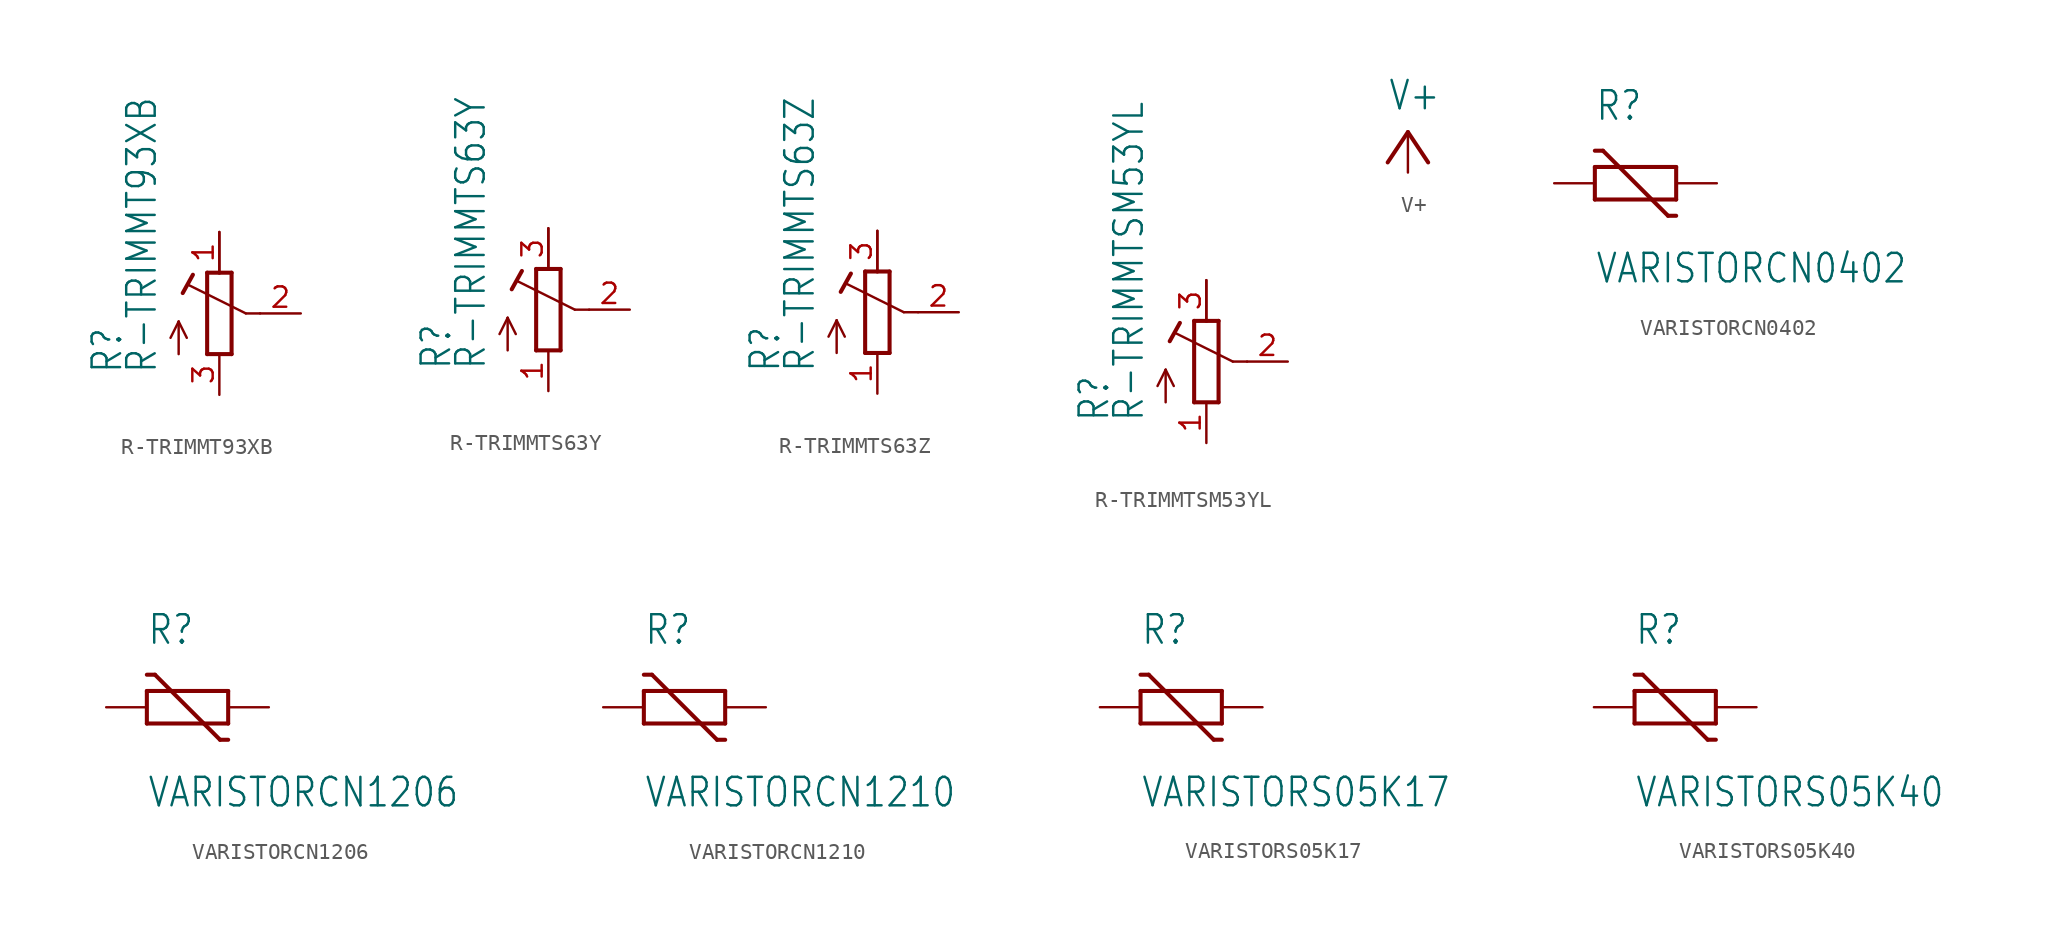
<source format=kicad_sym>
(kicad_symbol_lib
  (version 20211014)
  (generator kicad_symbol_editor)
  (symbol "R-TRIMMT93XB"
    (property "Reference" "R"
      (at -5.969 -3.81 90)
      (effects (font (size 1.778 1.511)) (justify left bottom)))
    (property "Value" "R-TRIMMT93XB"
      (at -3.81 -3.81 90)
      (effects (font (size 1.778 1.511)) (justify left bottom)))
    (property "ki_locked" ""
      (at 0 0 0)
      (effects (font (size 1.27 1.27))))
    (symbol "R-TRIMMT93XB_1_0"
      (polyline (pts (xy -2.54 -2.54) (xy -2.54 -0.508)) (stroke (width 0.152) (type default) (color 0 0 0 0)) (fill (type none)))
      (polyline (pts (xy -2.54 -0.508) (xy -3.048 -1.524)) (stroke (width 0.152) (type default) (color 0 0 0 0)) (fill (type none)))
      (polyline (pts (xy -2.54 -0.508) (xy -2.032 -1.524)) (stroke (width 0.152) (type default) (color 0 0 0 0)) (fill (type none)))
      (polyline (pts (xy -2.286 1.27) (xy -1.651 2.413)) (stroke (width 0.254) (type default) (color 0 0 0 0)) (fill (type none)))
      (polyline (pts (xy -0.762 -2.54) (xy 0.762 -2.54)) (stroke (width 0.254) (type default) (color 0 0 0 0)) (fill (type none)))
      (polyline (pts (xy -0.762 2.54) (xy -0.762 -2.54)) (stroke (width 0.254) (type default) (color 0 0 0 0)) (fill (type none)))
      (polyline (pts (xy 0 2.54) (xy -0.762 2.54)) (stroke (width 0.254) (type default) (color 0 0 0 0)) (fill (type none)))
      (polyline (pts (xy 0 2.54) (xy 0 5.08)) (stroke (width 0.152) (type default) (color 0 0 0 0)) (fill (type none)))
      (polyline (pts (xy 0.762 -2.54) (xy 0.762 2.54)) (stroke (width 0.254) (type default) (color 0 0 0 0)) (fill (type none)))
      (polyline (pts (xy 0.762 2.54) (xy 0 2.54)) (stroke (width 0.254) (type default) (color 0 0 0 0)) (fill (type none)))
      (polyline (pts (xy 1.651 0) (xy -1.88 1.753)) (stroke (width 0.152) (type default) (color 0 0 0 0)) (fill (type none)))
      (polyline (pts (xy 2.54 0) (xy 1.651 0)) (stroke (width 0.152) (type default) (color 0 0 0 0)) (fill (type none)))
      (pin passive line (at 0 5.08 270) (length 2.54) (name "E" (effects (font (size 0 0)))) (number "1" (effects (font (size 1.27 1.27)))))
      (pin passive line (at 5.08 0 180) (length 2.54) (name "S" (effects (font (size 0 0)))) (number "2" (effects (font (size 1.27 1.27)))))
      (pin passive line (at 0 -5.08 90) (length 2.54) (name "A" (effects (font (size 0 0)))) (number "3" (effects (font (size 1.27 1.27)))))))
  (symbol "R-TRIMMTS63Y"
    (property "Reference" "R"
      (at -5.969 -3.81 90)
      (effects (font (size 1.778 1.511)) (justify left bottom)))
    (property "Value" "R-TRIMMTS63Y"
      (at -3.81 -3.81 90)
      (effects (font (size 1.778 1.511)) (justify left bottom)))
    (property "ki_locked" ""
      (at 0 0 0)
      (effects (font (size 1.27 1.27))))
    (symbol "R-TRIMMTS63Y_1_0"
      (polyline (pts (xy -2.54 -2.54) (xy -2.54 -0.508)) (stroke (width 0.152) (type default) (color 0 0 0 0)) (fill (type none)))
      (polyline (pts (xy -2.54 -0.508) (xy -3.048 -1.524)) (stroke (width 0.152) (type default) (color 0 0 0 0)) (fill (type none)))
      (polyline (pts (xy -2.54 -0.508) (xy -2.032 -1.524)) (stroke (width 0.152) (type default) (color 0 0 0 0)) (fill (type none)))
      (polyline (pts (xy -2.286 1.27) (xy -1.651 2.413)) (stroke (width 0.254) (type default) (color 0 0 0 0)) (fill (type none)))
      (polyline (pts (xy -0.762 -2.54) (xy 0.762 -2.54)) (stroke (width 0.254) (type default) (color 0 0 0 0)) (fill (type none)))
      (polyline (pts (xy -0.762 2.54) (xy -0.762 -2.54)) (stroke (width 0.254) (type default) (color 0 0 0 0)) (fill (type none)))
      (polyline (pts (xy 0 2.54) (xy -0.762 2.54)) (stroke (width 0.254) (type default) (color 0 0 0 0)) (fill (type none)))
      (polyline (pts (xy 0 2.54) (xy 0 5.08)) (stroke (width 0.152) (type default) (color 0 0 0 0)) (fill (type none)))
      (polyline (pts (xy 0.762 -2.54) (xy 0.762 2.54)) (stroke (width 0.254) (type default) (color 0 0 0 0)) (fill (type none)))
      (polyline (pts (xy 0.762 2.54) (xy 0 2.54)) (stroke (width 0.254) (type default) (color 0 0 0 0)) (fill (type none)))
      (polyline (pts (xy 1.651 0) (xy -1.88 1.753)) (stroke (width 0.152) (type default) (color 0 0 0 0)) (fill (type none)))
      (polyline (pts (xy 2.54 0) (xy 1.651 0)) (stroke (width 0.152) (type default) (color 0 0 0 0)) (fill (type none)))
      (pin passive line (at 0 -5.08 90) (length 2.54) (name "A" (effects (font (size 0 0)))) (number "1" (effects (font (size 1.27 1.27)))))
      (pin passive line (at 5.08 0 180) (length 2.54) (name "S" (effects (font (size 0 0)))) (number "2" (effects (font (size 1.27 1.27)))))
      (pin passive line (at 0 5.08 270) (length 2.54) (name "E" (effects (font (size 0 0)))) (number "3" (effects (font (size 1.27 1.27)))))))
  (symbol "R-TRIMMTS63Z"
    (property "Reference" "R"
      (at -5.969 -3.81 90)
      (effects (font (size 1.778 1.511)) (justify left bottom)))
    (property "Value" "R-TRIMMTS63Z"
      (at -3.81 -3.81 90)
      (effects (font (size 1.778 1.511)) (justify left bottom)))
    (property "ki_locked" ""
      (at 0 0 0)
      (effects (font (size 1.27 1.27))))
    (symbol "R-TRIMMTS63Z_1_0"
      (polyline (pts (xy -2.54 -2.54) (xy -2.54 -0.508)) (stroke (width 0.152) (type default) (color 0 0 0 0)) (fill (type none)))
      (polyline (pts (xy -2.54 -0.508) (xy -3.048 -1.524)) (stroke (width 0.152) (type default) (color 0 0 0 0)) (fill (type none)))
      (polyline (pts (xy -2.54 -0.508) (xy -2.032 -1.524)) (stroke (width 0.152) (type default) (color 0 0 0 0)) (fill (type none)))
      (polyline (pts (xy -2.286 1.27) (xy -1.651 2.413)) (stroke (width 0.254) (type default) (color 0 0 0 0)) (fill (type none)))
      (polyline (pts (xy -0.762 -2.54) (xy 0.762 -2.54)) (stroke (width 0.254) (type default) (color 0 0 0 0)) (fill (type none)))
      (polyline (pts (xy -0.762 2.54) (xy -0.762 -2.54)) (stroke (width 0.254) (type default) (color 0 0 0 0)) (fill (type none)))
      (polyline (pts (xy 0 2.54) (xy -0.762 2.54)) (stroke (width 0.254) (type default) (color 0 0 0 0)) (fill (type none)))
      (polyline (pts (xy 0 2.54) (xy 0 5.08)) (stroke (width 0.152) (type default) (color 0 0 0 0)) (fill (type none)))
      (polyline (pts (xy 0.762 -2.54) (xy 0.762 2.54)) (stroke (width 0.254) (type default) (color 0 0 0 0)) (fill (type none)))
      (polyline (pts (xy 0.762 2.54) (xy 0 2.54)) (stroke (width 0.254) (type default) (color 0 0 0 0)) (fill (type none)))
      (polyline (pts (xy 1.651 0) (xy -1.88 1.753)) (stroke (width 0.152) (type default) (color 0 0 0 0)) (fill (type none)))
      (polyline (pts (xy 2.54 0) (xy 1.651 0)) (stroke (width 0.152) (type default) (color 0 0 0 0)) (fill (type none)))
      (pin passive line (at 0 -5.08 90) (length 2.54) (name "A" (effects (font (size 0 0)))) (number "1" (effects (font (size 1.27 1.27)))))
      (pin passive line (at 5.08 0 180) (length 2.54) (name "S" (effects (font (size 0 0)))) (number "2" (effects (font (size 1.27 1.27)))))
      (pin passive line (at 0 5.08 270) (length 2.54) (name "E" (effects (font (size 0 0)))) (number "3" (effects (font (size 1.27 1.27)))))))
  (symbol "R-TRIMMTSM53YL"
    (property "Reference" "R"
      (at -5.969 -3.81 90)
      (effects (font (size 1.778 1.511)) (justify left bottom)))
    (property "Value" "R-TRIMMTSM53YL"
      (at -3.81 -3.81 90)
      (effects (font (size 1.778 1.511)) (justify left bottom)))
    (property "ki_locked" ""
      (at 0 0 0)
      (effects (font (size 1.27 1.27))))
    (symbol "R-TRIMMTSM53YL_1_0"
      (polyline (pts (xy -2.54 -2.54) (xy -2.54 -0.508)) (stroke (width 0.152) (type default) (color 0 0 0 0)) (fill (type none)))
      (polyline (pts (xy -2.54 -0.508) (xy -3.048 -1.524)) (stroke (width 0.152) (type default) (color 0 0 0 0)) (fill (type none)))
      (polyline (pts (xy -2.54 -0.508) (xy -2.032 -1.524)) (stroke (width 0.152) (type default) (color 0 0 0 0)) (fill (type none)))
      (polyline (pts (xy -2.286 1.27) (xy -1.651 2.413)) (stroke (width 0.254) (type default) (color 0 0 0 0)) (fill (type none)))
      (polyline (pts (xy -0.762 -2.54) (xy 0.762 -2.54)) (stroke (width 0.254) (type default) (color 0 0 0 0)) (fill (type none)))
      (polyline (pts (xy -0.762 2.54) (xy -0.762 -2.54)) (stroke (width 0.254) (type default) (color 0 0 0 0)) (fill (type none)))
      (polyline (pts (xy 0 2.54) (xy -0.762 2.54)) (stroke (width 0.254) (type default) (color 0 0 0 0)) (fill (type none)))
      (polyline (pts (xy 0 2.54) (xy 0 5.08)) (stroke (width 0.152) (type default) (color 0 0 0 0)) (fill (type none)))
      (polyline (pts (xy 0.762 -2.54) (xy 0.762 2.54)) (stroke (width 0.254) (type default) (color 0 0 0 0)) (fill (type none)))
      (polyline (pts (xy 0.762 2.54) (xy 0 2.54)) (stroke (width 0.254) (type default) (color 0 0 0 0)) (fill (type none)))
      (polyline (pts (xy 1.651 0) (xy -1.88 1.753)) (stroke (width 0.152) (type default) (color 0 0 0 0)) (fill (type none)))
      (polyline (pts (xy 2.54 0) (xy 1.651 0)) (stroke (width 0.152) (type default) (color 0 0 0 0)) (fill (type none)))
      (pin passive line (at 0 -5.08 90) (length 2.54) (name "A" (effects (font (size 0 0)))) (number "1" (effects (font (size 1.27 1.27)))))
      (pin passive line (at 5.08 0 180) (length 2.54) (name "S" (effects (font (size 0 0)))) (number "2" (effects (font (size 1.27 1.27)))))
      (pin passive line (at 0 5.08 270) (length 2.54) (name "E" (effects (font (size 0 0)))) (number "3" (effects (font (size 1.27 1.27)))))))
  (symbol "V+"
    (power)
    (property "Reference" "#SUPPLY"
      (at 0 0 0)
      (effects (font (size 1.27 1.27)) hide))
    (property "Value" "V+"
      (at -1.27 1.27 0)
      (effects (font (size 1.778 1.511)) (justify left bottom)))
    (property "ki_locked" ""
      (at 0 0 0)
      (effects (font (size 1.27 1.27))))
    (symbol "V+_1_0"
      (polyline (pts (xy 0 0) (xy -1.27 -1.905)) (stroke (width 0.254) (type default) (color 0 0 0 0)) (fill (type none)))
      (polyline (pts (xy 1.27 -1.905) (xy 0 0)) (stroke (width 0.254) (type default) (color 0 0 0 0)) (fill (type none)))
      (pin power_in line (at 0 -2.54 90) (length 2.54) (name "V+" (effects (font (size 0 0)))) (number "1" (effects (font (size 0 0)))))))
  (symbol "VARISTORCN0402"
    (property "Reference" "R"
      (at -2.54 3.81 0)
      (effects (font (size 1.778 1.511)) (justify left bottom)))
    (property "Value" "VARISTORCN0402"
      (at -2.54 -6.35 0)
      (effects (font (size 1.778 1.511)) (justify left bottom)))
    (property "ki_locked" ""
      (at 0 0 0)
      (effects (font (size 1.27 1.27))))
    (symbol "VARISTORCN0402_1_0"
      (polyline (pts (xy -2.54 -1.016) (xy -2.54 1.016)) (stroke (width 0.254) (type default) (color 0 0 0 0)) (fill (type none)))
      (polyline (pts (xy -2.54 1.016) (xy 2.54 1.016)) (stroke (width 0.254) (type default) (color 0 0 0 0)) (fill (type none)))
      (polyline (pts (xy -2.032 2.032) (xy -2.54 2.032)) (stroke (width 0.254) (type default) (color 0 0 0 0)) (fill (type none)))
      (polyline (pts (xy 2.032 -2.032) (xy -2.032 2.032)) (stroke (width 0.254) (type default) (color 0 0 0 0)) (fill (type none)))
      (polyline (pts (xy 2.54 -2.032) (xy 2.032 -2.032)) (stroke (width 0.254) (type default) (color 0 0 0 0)) (fill (type none)))
      (polyline (pts (xy 2.54 -1.016) (xy -2.54 -1.016)) (stroke (width 0.254) (type default) (color 0 0 0 0)) (fill (type none)))
      (polyline (pts (xy 2.54 1.016) (xy 2.54 -1.016)) (stroke (width 0.254) (type default) (color 0 0 0 0)) (fill (type none)))
      (pin passive line (at 5.08 0 180) (length 2.54) (name "1" (effects (font (size 0 0)))) (number "1" (effects (font (size 0 0)))))
      (pin passive line (at -5.08 0 0) (length 2.54) (name "2" (effects (font (size 0 0)))) (number "2" (effects (font (size 0 0)))))))
  (symbol "VARISTORCN1206"
    (property "Reference" "R"
      (at -2.54 3.81 0)
      (effects (font (size 1.778 1.511)) (justify left bottom)))
    (property "Value" "VARISTORCN1206"
      (at -2.54 -6.35 0)
      (effects (font (size 1.778 1.511)) (justify left bottom)))
    (property "ki_locked" ""
      (at 0 0 0)
      (effects (font (size 1.27 1.27))))
    (symbol "VARISTORCN1206_1_0"
      (polyline (pts (xy -2.54 -1.016) (xy -2.54 1.016)) (stroke (width 0.254) (type default) (color 0 0 0 0)) (fill (type none)))
      (polyline (pts (xy -2.54 1.016) (xy 2.54 1.016)) (stroke (width 0.254) (type default) (color 0 0 0 0)) (fill (type none)))
      (polyline (pts (xy -2.032 2.032) (xy -2.54 2.032)) (stroke (width 0.254) (type default) (color 0 0 0 0)) (fill (type none)))
      (polyline (pts (xy 2.032 -2.032) (xy -2.032 2.032)) (stroke (width 0.254) (type default) (color 0 0 0 0)) (fill (type none)))
      (polyline (pts (xy 2.54 -2.032) (xy 2.032 -2.032)) (stroke (width 0.254) (type default) (color 0 0 0 0)) (fill (type none)))
      (polyline (pts (xy 2.54 -1.016) (xy -2.54 -1.016)) (stroke (width 0.254) (type default) (color 0 0 0 0)) (fill (type none)))
      (polyline (pts (xy 2.54 1.016) (xy 2.54 -1.016)) (stroke (width 0.254) (type default) (color 0 0 0 0)) (fill (type none)))
      (pin passive line (at 5.08 0 180) (length 2.54) (name "1" (effects (font (size 0 0)))) (number "1" (effects (font (size 0 0)))))
      (pin passive line (at -5.08 0 0) (length 2.54) (name "2" (effects (font (size 0 0)))) (number "2" (effects (font (size 0 0)))))))
  (symbol "VARISTORCN1210"
    (property "Reference" "R"
      (at -2.54 3.81 0)
      (effects (font (size 1.778 1.511)) (justify left bottom)))
    (property "Value" "VARISTORCN1210"
      (at -2.54 -6.35 0)
      (effects (font (size 1.778 1.511)) (justify left bottom)))
    (property "ki_locked" ""
      (at 0 0 0)
      (effects (font (size 1.27 1.27))))
    (symbol "VARISTORCN1210_1_0"
      (polyline (pts (xy -2.54 -1.016) (xy -2.54 1.016)) (stroke (width 0.254) (type default) (color 0 0 0 0)) (fill (type none)))
      (polyline (pts (xy -2.54 1.016) (xy 2.54 1.016)) (stroke (width 0.254) (type default) (color 0 0 0 0)) (fill (type none)))
      (polyline (pts (xy -2.032 2.032) (xy -2.54 2.032)) (stroke (width 0.254) (type default) (color 0 0 0 0)) (fill (type none)))
      (polyline (pts (xy 2.032 -2.032) (xy -2.032 2.032)) (stroke (width 0.254) (type default) (color 0 0 0 0)) (fill (type none)))
      (polyline (pts (xy 2.54 -2.032) (xy 2.032 -2.032)) (stroke (width 0.254) (type default) (color 0 0 0 0)) (fill (type none)))
      (polyline (pts (xy 2.54 -1.016) (xy -2.54 -1.016)) (stroke (width 0.254) (type default) (color 0 0 0 0)) (fill (type none)))
      (polyline (pts (xy 2.54 1.016) (xy 2.54 -1.016)) (stroke (width 0.254) (type default) (color 0 0 0 0)) (fill (type none)))
      (pin passive line (at 5.08 0 180) (length 2.54) (name "1" (effects (font (size 0 0)))) (number "1" (effects (font (size 0 0)))))
      (pin passive line (at -5.08 0 0) (length 2.54) (name "2" (effects (font (size 0 0)))) (number "2" (effects (font (size 0 0)))))))
  (symbol "VARISTORS05K17"
    (property "Reference" "R"
      (at -2.54 3.81 0)
      (effects (font (size 1.778 1.511)) (justify left bottom)))
    (property "Value" "VARISTORS05K17"
      (at -2.54 -6.35 0)
      (effects (font (size 1.778 1.511)) (justify left bottom)))
    (property "ki_locked" ""
      (at 0 0 0)
      (effects (font (size 1.27 1.27))))
    (symbol "VARISTORS05K17_1_0"
      (polyline (pts (xy -2.54 -1.016) (xy -2.54 1.016)) (stroke (width 0.254) (type default) (color 0 0 0 0)) (fill (type none)))
      (polyline (pts (xy -2.54 1.016) (xy 2.54 1.016)) (stroke (width 0.254) (type default) (color 0 0 0 0)) (fill (type none)))
      (polyline (pts (xy -2.032 2.032) (xy -2.54 2.032)) (stroke (width 0.254) (type default) (color 0 0 0 0)) (fill (type none)))
      (polyline (pts (xy 2.032 -2.032) (xy -2.032 2.032)) (stroke (width 0.254) (type default) (color 0 0 0 0)) (fill (type none)))
      (polyline (pts (xy 2.54 -2.032) (xy 2.032 -2.032)) (stroke (width 0.254) (type default) (color 0 0 0 0)) (fill (type none)))
      (polyline (pts (xy 2.54 -1.016) (xy -2.54 -1.016)) (stroke (width 0.254) (type default) (color 0 0 0 0)) (fill (type none)))
      (polyline (pts (xy 2.54 1.016) (xy 2.54 -1.016)) (stroke (width 0.254) (type default) (color 0 0 0 0)) (fill (type none)))
      (pin passive line (at 5.08 0 180) (length 2.54) (name "1" (effects (font (size 0 0)))) (number "1" (effects (font (size 0 0)))))
      (pin passive line (at -5.08 0 0) (length 2.54) (name "2" (effects (font (size 0 0)))) (number "2" (effects (font (size 0 0)))))))
  (symbol "VARISTORS05K40"
    (property "Reference" "R"
      (at -2.54 3.81 0)
      (effects (font (size 1.778 1.511)) (justify left bottom)))
    (property "Value" "VARISTORS05K40"
      (at -2.54 -6.35 0)
      (effects (font (size 1.778 1.511)) (justify left bottom)))
    (property "ki_locked" ""
      (at 0 0 0)
      (effects (font (size 1.27 1.27))))
    (symbol "VARISTORS05K40_1_0"
      (polyline (pts (xy -2.54 -1.016) (xy -2.54 1.016)) (stroke (width 0.254) (type default) (color 0 0 0 0)) (fill (type none)))
      (polyline (pts (xy -2.54 1.016) (xy 2.54 1.016)) (stroke (width 0.254) (type default) (color 0 0 0 0)) (fill (type none)))
      (polyline (pts (xy -2.032 2.032) (xy -2.54 2.032)) (stroke (width 0.254) (type default) (color 0 0 0 0)) (fill (type none)))
      (polyline (pts (xy 2.032 -2.032) (xy -2.032 2.032)) (stroke (width 0.254) (type default) (color 0 0 0 0)) (fill (type none)))
      (polyline (pts (xy 2.54 -2.032) (xy 2.032 -2.032)) (stroke (width 0.254) (type default) (color 0 0 0 0)) (fill (type none)))
      (polyline (pts (xy 2.54 -1.016) (xy -2.54 -1.016)) (stroke (width 0.254) (type default) (color 0 0 0 0)) (fill (type none)))
      (polyline (pts (xy 2.54 1.016) (xy 2.54 -1.016)) (stroke (width 0.254) (type default) (color 0 0 0 0)) (fill (type none)))
      (pin passive line (at 5.08 0 180) (length 2.54) (name "1" (effects (font (size 0 0)))) (number "1" (effects (font (size 0 0)))))
      (pin passive line (at -5.08 0 0) (length 2.54) (name "2" (effects (font (size 0 0)))) (number "2" (effects (font (size 0 0))))))))
</source>
